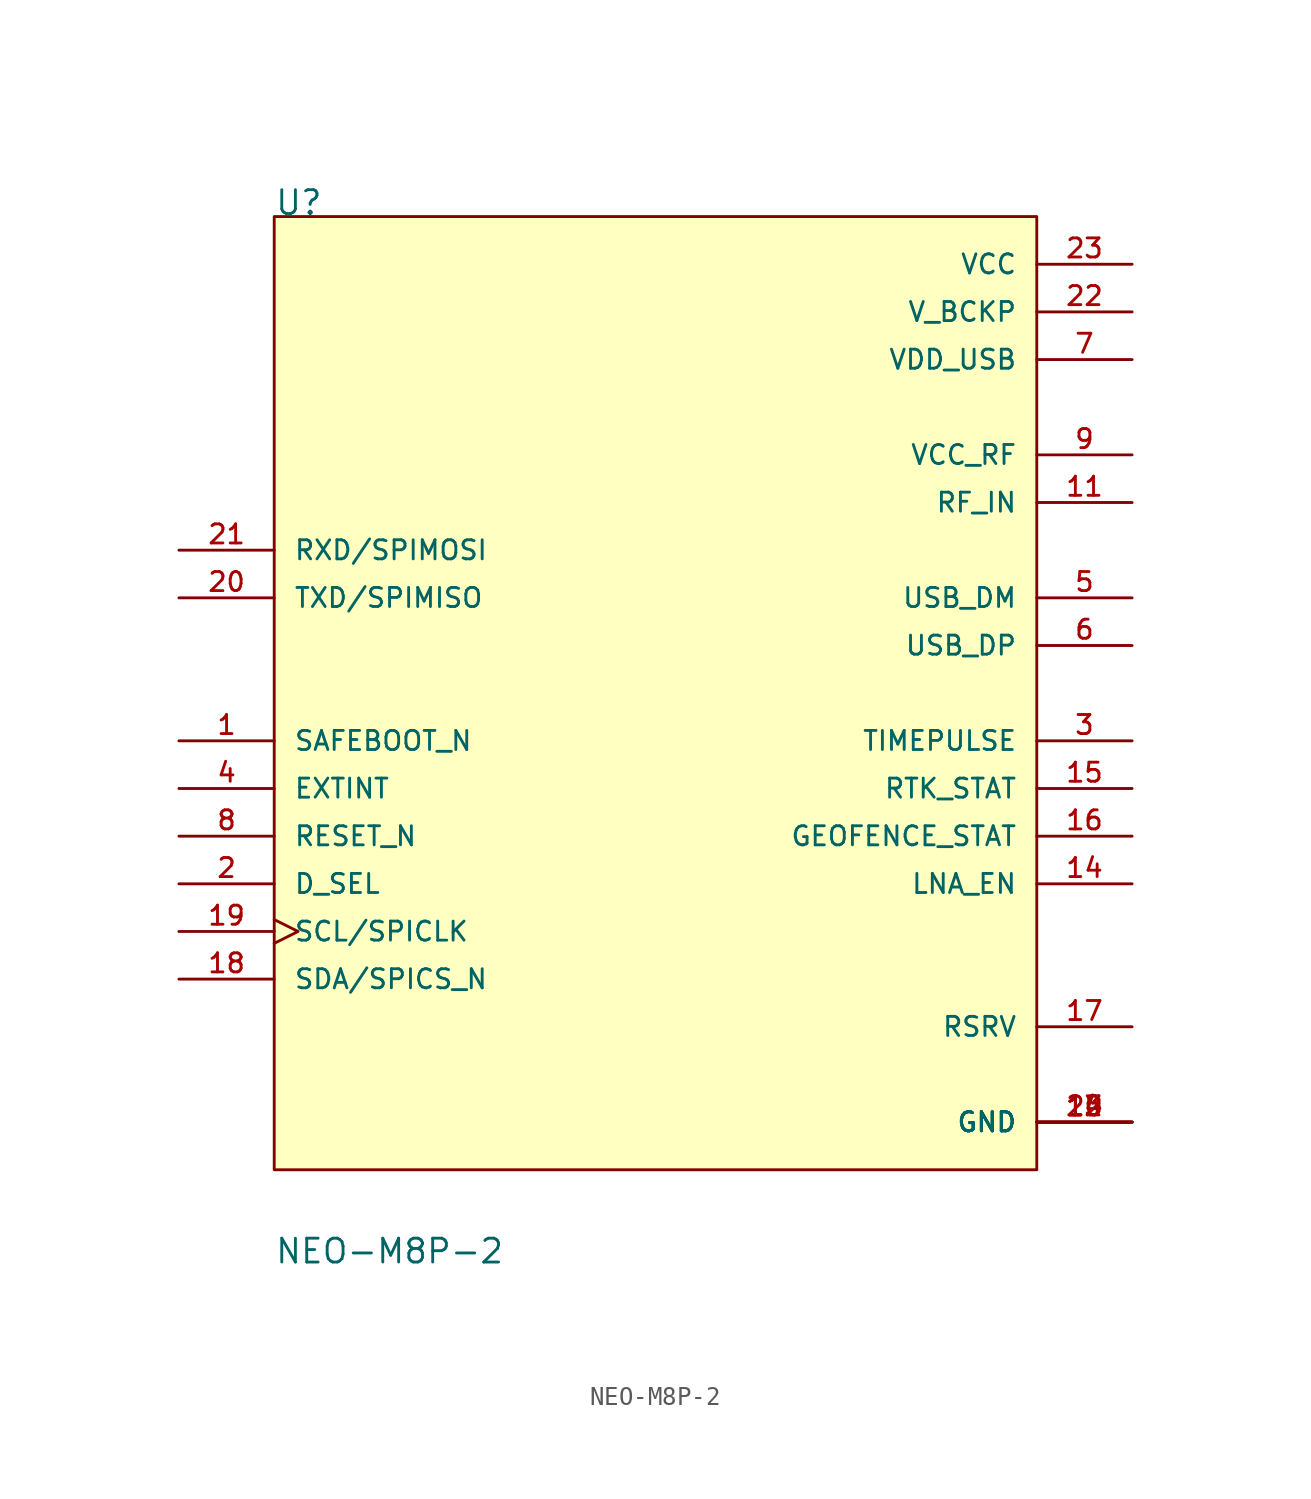
<source format=kicad_sym>
(kicad_symbol_lib
  (version 20211014)
  (generator kicad_symbol_editor)
  (symbol "NEO-M8P-2"
    (pin_names
      (offset 1.016))
    (property "Reference" "U"
      (at -20.32 25.4 0)
      (effects (font (size 1.27 1.27)) (justify bottom left)))
    (property "Value" "NEO-M8P-2"
      (at -20.32 -30.48 0)
      (effects (font (size 1.27 1.27)) (justify bottom left)))
    (symbol "NEO-M8P-2_0_0"
      (rectangle (start -20.32 -25.4) (end 20.32 25.4) (stroke (width 0.152)) (fill (type background)))
      (pin power_in line (at 25.4 22.86 180.0) (length 5.08) (name "VCC" (effects (font (size 1.016 1.016)))) (number "23" (effects (font (size 1.016 1.016)))))
      (pin power_in line (at 25.4 20.32 180.0) (length 5.08) (name "V_BCKP" (effects (font (size 1.016 1.016)))) (number "22" (effects (font (size 1.016 1.016)))))
      (pin power_in line (at 25.4 17.78 180.0) (length 5.08) (name "VDD_USB" (effects (font (size 1.016 1.016)))) (number "7" (effects (font (size 1.016 1.016)))))
      (pin power_in line (at 25.4 -22.86 180.0) (length 5.08) (name "GND" (effects (font (size 1.016 1.016)))) (number "10" (effects (font (size 1.016 1.016)))))
      (pin power_in line (at 25.4 -22.86 180.0) (length 5.08) (name "GND" (effects (font (size 1.016 1.016)))) (number "12" (effects (font (size 1.016 1.016)))))
      (pin power_in line (at 25.4 -22.86 180.0) (length 5.08) (name "GND" (effects (font (size 1.016 1.016)))) (number "13" (effects (font (size 1.016 1.016)))))
      (pin power_in line (at 25.4 -22.86 180.0) (length 5.08) (name "GND" (effects (font (size 1.016 1.016)))) (number "24" (effects (font (size 1.016 1.016)))))
      (pin output line (at 25.4 12.7 180.0) (length 5.08) (name "VCC_RF" (effects (font (size 1.016 1.016)))) (number "9" (effects (font (size 1.016 1.016)))))
      (pin input line (at 25.4 10.16 180.0) (length 5.08) (name "RF_IN" (effects (font (size 1.016 1.016)))) (number "11" (effects (font (size 1.016 1.016)))))
      (pin input line (at -25.4 7.62 0) (length 5.08) (name "RXD/SPIMOSI" (effects (font (size 1.016 1.016)))) (number "21" (effects (font (size 1.016 1.016)))))
      (pin output line (at -25.4 5.08 0) (length 5.08) (name "TXD/SPIMISO" (effects (font (size 1.016 1.016)))) (number "20" (effects (font (size 1.016 1.016)))))
      (pin bidirectional line (at 25.4 5.08 180.0) (length 5.08) (name "USB_DM" (effects (font (size 1.016 1.016)))) (number "5" (effects (font (size 1.016 1.016)))))
      (pin bidirectional line (at 25.4 2.54 180.0) (length 5.08) (name "USB_DP" (effects (font (size 1.016 1.016)))) (number "6" (effects (font (size 1.016 1.016)))))
      (pin output line (at 25.4 -2.54 180.0) (length 5.08) (name "TIMEPULSE" (effects (font (size 1.016 1.016)))) (number "3" (effects (font (size 1.016 1.016)))))
      (pin output line (at 25.4 -5.08 180.0) (length 5.08) (name "RTK_STAT" (effects (font (size 1.016 1.016)))) (number "15" (effects (font (size 1.016 1.016)))))
      (pin output line (at 25.4 -7.62 180.0) (length 5.08) (name "GEOFENCE_STAT" (effects (font (size 1.016 1.016)))) (number "16" (effects (font (size 1.016 1.016)))))
      (pin output line (at 25.4 -10.16 180.0) (length 5.08) (name "LNA_EN" (effects (font (size 1.016 1.016)))) (number "14" (effects (font (size 1.016 1.016)))))
      (pin bidirectional line (at -25.4 -15.24 0) (length 5.08) (name "SDA/SPICS_N" (effects (font (size 1.016 1.016)))) (number "18" (effects (font (size 1.016 1.016)))))
      (pin input line (at -25.4 -2.54 0) (length 5.08) (name "SAFEBOOT_N" (effects (font (size 1.016 1.016)))) (number "1" (effects (font (size 1.016 1.016)))))
      (pin input line (at -25.4 -5.08 0) (length 5.08) (name "EXTINT" (effects (font (size 1.016 1.016)))) (number "4" (effects (font (size 1.016 1.016)))))
      (pin input line (at -25.4 -7.62 0) (length 5.08) (name "RESET_N" (effects (font (size 1.016 1.016)))) (number "8" (effects (font (size 1.016 1.016)))))
      (pin input line (at -25.4 -10.16 0) (length 5.08) (name "D_SEL" (effects (font (size 1.016 1.016)))) (number "2" (effects (font (size 1.016 1.016)))))
      (pin input clock (at -25.4 -12.7 0) (length 5.08) (name "SCL/SPICLK" (effects (font (size 1.016 1.016)))) (number "19" (effects (font (size 1.016 1.016)))))
      (pin passive line (at 25.4 -17.78 180.0) (length 5.08) (name "RSRV" (effects (font (size 1.016 1.016)))) (number "17" (effects (font (size 1.016 1.016))))))))
</source>
